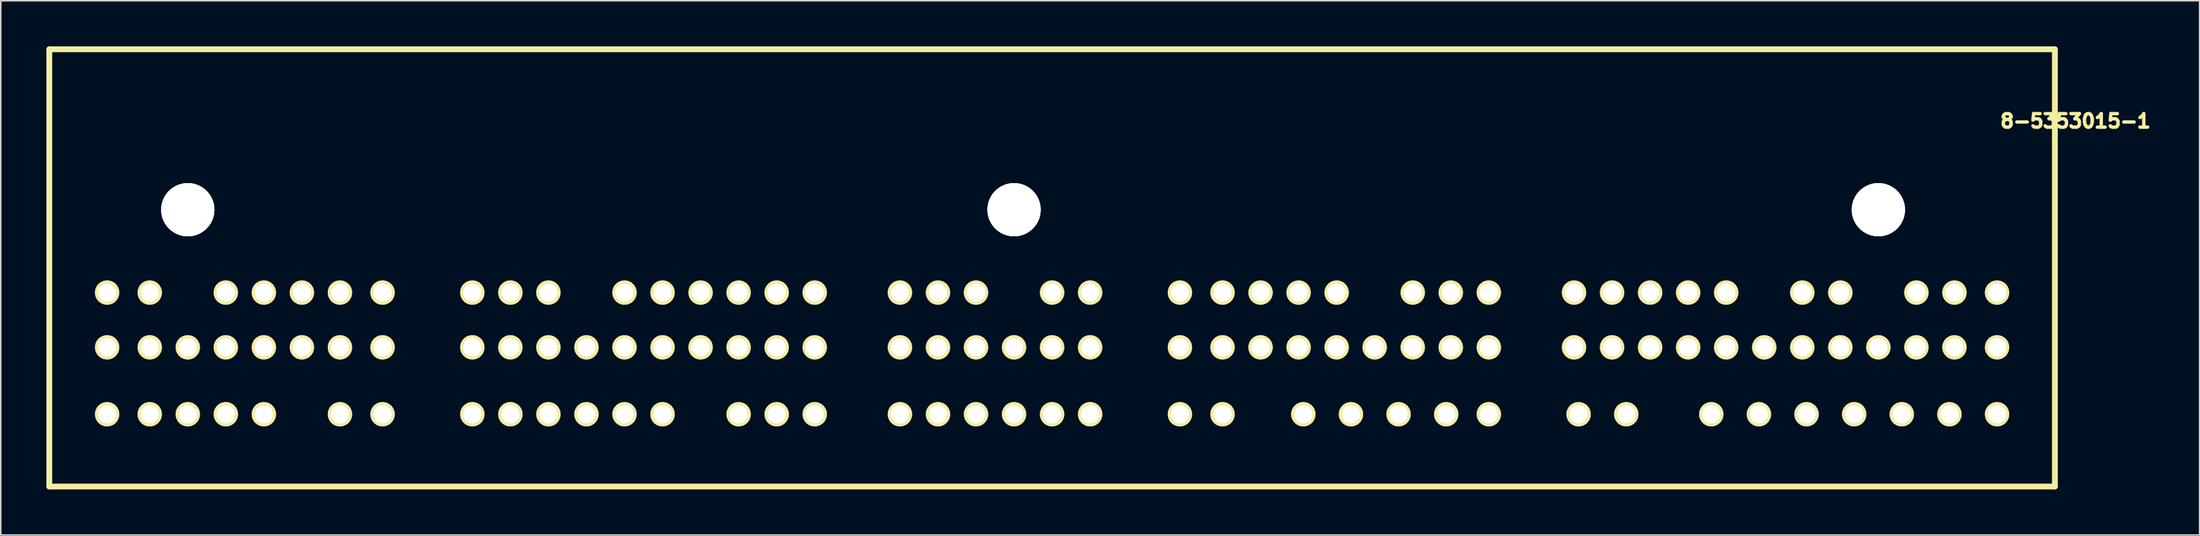
<source format=kicad_pcb>
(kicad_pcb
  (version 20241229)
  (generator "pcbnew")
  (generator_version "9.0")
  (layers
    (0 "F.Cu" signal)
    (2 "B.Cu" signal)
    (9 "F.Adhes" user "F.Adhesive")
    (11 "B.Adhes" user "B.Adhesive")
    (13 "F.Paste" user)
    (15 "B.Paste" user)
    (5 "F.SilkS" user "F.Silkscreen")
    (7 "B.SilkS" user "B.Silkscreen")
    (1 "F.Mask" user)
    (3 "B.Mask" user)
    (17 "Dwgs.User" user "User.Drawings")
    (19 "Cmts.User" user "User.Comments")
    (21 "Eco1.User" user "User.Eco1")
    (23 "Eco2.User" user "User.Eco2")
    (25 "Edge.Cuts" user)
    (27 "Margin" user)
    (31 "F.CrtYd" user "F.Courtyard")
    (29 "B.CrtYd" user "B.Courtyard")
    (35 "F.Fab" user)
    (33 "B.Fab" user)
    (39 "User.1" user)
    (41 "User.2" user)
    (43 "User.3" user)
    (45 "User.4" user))
  (footprint "8-5353015-1"
    (layer "F.Cu")
    (at 3.99 16.191)
    (property "Reference" "8-5353015-1" (at 129.354 -11.28 0) (layer "F.SilkS") (effects (font (size 0.889 0.889) (thickness 0.224))))
    (attr through_hole)
    (fp_line (start -3.8 -16) (end 128 -16) (stroke (width 0.381) (type solid)) (layer "F.SilkS"))
    (fp_line (start -3.8 12.753) (end -3.8 -16) (stroke (width 0.381) (type solid)) (layer "F.SilkS"))
    (fp_line (start -3.8 12.753) (end 128 12.753) (stroke (width 0.381) (type solid)) (layer "F.SilkS"))
    (fp_line (start 128 12.753) (end 128 -16) (stroke (width 0.381) (type solid)) (layer "F.SilkS"))
    (pad "" thru_hole circle (at 5.3 -5.45) (size 3.5 3.5) (drill 3.5) (layers "*.Cu" "*.Mask" "F.SilkS"))
    (pad "" thru_hole circle (at 59.6 -5.45) (size 3.5 3.5) (drill 3.5) (layers "*.Cu" "*.Mask" "F.SilkS"))
    (pad "" thru_hole circle (at 116.4 -5.45) (size 3.5 3.5) (drill 3.5) (layers "*.Cu" "*.Mask" "F.SilkS"))
    (pad "1" thru_hole circle (at 0 0) (size 1.6 1.6) (drill 1.2) (layers "*.Cu" "*.Mask" "F.SilkS"))
    (pad "2" thru_hole circle (at 2.8 0) (size 1.6 1.6) (drill 1.2) (layers "*.Cu" "*.Mask" "F.SilkS"))
    (pad "3" thru_hole circle (at 7.8 0) (size 1.6 1.6) (drill 1.2) (layers "*.Cu" "*.Mask" "F.SilkS"))
    (pad "4" thru_hole circle (at 10.3 0) (size 1.6 1.6) (drill 1.2) (layers "*.Cu" "*.Mask" "F.SilkS"))
    (pad "5" thru_hole circle (at 12.8 0) (size 1.6 1.6) (drill 1.2) (layers "*.Cu" "*.Mask" "F.SilkS"))
    (pad "6" thru_hole circle (at 15.3 0) (size 1.6 1.6) (drill 1.2) (layers "*.Cu" "*.Mask" "F.SilkS"))
    (pad "7" thru_hole circle (at 18.1 0) (size 1.6 1.6) (drill 1.2) (layers "*.Cu" "*.Mask" "F.SilkS"))
    (pad "8" thru_hole circle (at 24 0) (size 1.6 1.6) (drill 1.2) (layers "*.Cu" "*.Mask" "F.SilkS"))
    (pad "9" thru_hole circle (at 26.5 0) (size 1.6 1.6) (drill 1.2) (layers "*.Cu" "*.Mask" "F.SilkS"))
    (pad "10" thru_hole circle (at 29 0) (size 1.6 1.6) (drill 1.2) (layers "*.Cu" "*.Mask" "F.SilkS"))
    (pad "11" thru_hole circle (at 34 0) (size 1.6 1.6) (drill 1.2) (layers "*.Cu" "*.Mask" "F.SilkS"))
    (pad "12" thru_hole circle (at 36.5 0) (size 1.6 1.6) (drill 1.2) (layers "*.Cu" "*.Mask" "F.SilkS"))
    (pad "13" thru_hole circle (at 39 0) (size 1.6 1.6) (drill 1.2) (layers "*.Cu" "*.Mask" "F.SilkS"))
    (pad "14" thru_hole circle (at 41.5 0) (size 1.6 1.6) (drill 1.2) (layers "*.Cu" "*.Mask" "F.SilkS"))
    (pad "15" thru_hole circle (at 44 0) (size 1.6 1.6) (drill 1.2) (layers "*.Cu" "*.Mask" "F.SilkS"))
    (pad "16" thru_hole circle (at 46.5 0) (size 1.6 1.6) (drill 1.2) (layers "*.Cu" "*.Mask" "F.SilkS"))
    (pad "17" thru_hole circle (at 52.1 0) (size 1.6 1.6) (drill 1.2) (layers "*.Cu" "*.Mask" "F.SilkS"))
    (pad "18" thru_hole circle (at 54.6 0) (size 1.6 1.6) (drill 1.2) (layers "*.Cu" "*.Mask" "F.SilkS"))
    (pad "19" thru_hole circle (at 57.1 0) (size 1.6 1.6) (drill 1.2) (layers "*.Cu" "*.Mask" "F.SilkS"))
    (pad "20" thru_hole circle (at 62.1 0) (size 1.6 1.6) (drill 1.2) (layers "*.Cu" "*.Mask" "F.SilkS"))
    (pad "21" thru_hole circle (at 64.6 0) (size 1.6 1.6) (drill 1.2) (layers "*.Cu" "*.Mask" "F.SilkS"))
    (pad "22" thru_hole circle (at 70.5 0) (size 1.6 1.6) (drill 1.2) (layers "*.Cu" "*.Mask" "F.SilkS"))
    (pad "23" thru_hole circle (at 73.3 0) (size 1.6 1.6) (drill 1.2) (layers "*.Cu" "*.Mask" "F.SilkS"))
    (pad "24" thru_hole circle (at 75.8 0) (size 1.6 1.6) (drill 1.2) (layers "*.Cu" "*.Mask" "F.SilkS"))
    (pad "25" thru_hole circle (at 78.3 0) (size 1.6 1.6) (drill 1.2) (layers "*.Cu" "*.Mask" "F.SilkS"))
    (pad "26" thru_hole circle (at 80.8 0) (size 1.6 1.6) (drill 1.2) (layers "*.Cu" "*.Mask" "F.SilkS"))
    (pad "27" thru_hole circle (at 85.8 0) (size 1.6 1.6) (drill 1.2) (layers "*.Cu" "*.Mask" "F.SilkS"))
    (pad "28" thru_hole circle (at 88.3 0) (size 1.6 1.6) (drill 1.2) (layers "*.Cu" "*.Mask" "F.SilkS"))
    (pad "29" thru_hole circle (at 90.8 0) (size 1.6 1.6) (drill 1.2) (layers "*.Cu" "*.Mask" "F.SilkS"))
    (pad "30" thru_hole circle (at 96.4 0) (size 1.6 1.6) (drill 1.2) (layers "*.Cu" "*.Mask" "F.SilkS"))
    (pad "31" thru_hole circle (at 98.9 0) (size 1.6 1.6) (drill 1.2) (layers "*.Cu" "*.Mask" "F.SilkS"))
    (pad "32" thru_hole circle (at 101.4 0) (size 1.6 1.6) (drill 1.2) (layers "*.Cu" "*.Mask" "F.SilkS"))
    (pad "33" thru_hole circle (at 103.9 0) (size 1.6 1.6) (drill 1.2) (layers "*.Cu" "*.Mask" "F.SilkS"))
    (pad "34" thru_hole circle (at 106.4 0) (size 1.6 1.6) (drill 1.2) (layers "*.Cu" "*.Mask" "F.SilkS"))
    (pad "35" thru_hole circle (at 111.4 0) (size 1.6 1.6) (drill 1.2) (layers "*.Cu" "*.Mask" "F.SilkS"))
    (pad "36" thru_hole circle (at 113.9 0) (size 1.6 1.6) (drill 1.2) (layers "*.Cu" "*.Mask" "F.SilkS"))
    (pad "37" thru_hole circle (at 118.9 0) (size 1.6 1.6) (drill 1.2) (layers "*.Cu" "*.Mask" "F.SilkS"))
    (pad "38" thru_hole circle (at 121.4 0) (size 1.6 1.6) (drill 1.2) (layers "*.Cu" "*.Mask" "F.SilkS"))
    (pad "39" thru_hole circle (at 124.2 0) (size 1.6 1.6) (drill 1.2) (layers "*.Cu" "*.Mask" "F.SilkS"))
    (pad "40" thru_hole circle (at 0 3.6) (size 1.6 1.6) (drill 1.2) (layers "*.Cu" "*.Mask" "F.SilkS"))
    (pad "41" thru_hole circle (at 2.8 3.6) (size 1.6 1.6) (drill 1.2) (layers "*.Cu" "*.Mask" "F.SilkS"))
    (pad "42" thru_hole circle (at 5.3 3.6) (size 1.6 1.6) (drill 1.2) (layers "*.Cu" "*.Mask" "F.SilkS"))
    (pad "43" thru_hole circle (at 7.8 3.6) (size 1.6 1.6) (drill 1.2) (layers "*.Cu" "*.Mask" "F.SilkS"))
    (pad "44" thru_hole circle (at 10.3 3.6) (size 1.6 1.6) (drill 1.2) (layers "*.Cu" "*.Mask" "F.SilkS"))
    (pad "45" thru_hole circle (at 12.8 3.6) (size 1.6 1.6) (drill 1.2) (layers "*.Cu" "*.Mask" "F.SilkS"))
    (pad "46" thru_hole circle (at 15.3 3.6) (size 1.6 1.6) (drill 1.2) (layers "*.Cu" "*.Mask" "F.SilkS"))
    (pad "47" thru_hole circle (at 18.1 3.6) (size 1.6 1.6) (drill 1.2) (layers "*.Cu" "*.Mask" "F.SilkS"))
    (pad "48" thru_hole circle (at 24 3.6) (size 1.6 1.6) (drill 1.2) (layers "*.Cu" "*.Mask" "F.SilkS"))
    (pad "49" thru_hole circle (at 26.5 3.6) (size 1.6 1.6) (drill 1.2) (layers "*.Cu" "*.Mask" "F.SilkS"))
    (pad "50" thru_hole circle (at 29 3.6) (size 1.6 1.6) (drill 1.2) (layers "*.Cu" "*.Mask" "F.SilkS"))
    (pad "51" thru_hole circle (at 31.5 3.6) (size 1.6 1.6) (drill 1.2) (layers "*.Cu" "*.Mask" "F.SilkS"))
    (pad "52" thru_hole circle (at 34 3.6) (size 1.6 1.6) (drill 1.2) (layers "*.Cu" "*.Mask" "F.SilkS"))
    (pad "53" thru_hole circle (at 36.5 3.6) (size 1.6 1.6) (drill 1.2) (layers "*.Cu" "*.Mask" "F.SilkS"))
    (pad "54" thru_hole circle (at 39 3.6) (size 1.6 1.6) (drill 1.2) (layers "*.Cu" "*.Mask" "F.SilkS"))
    (pad "55" thru_hole circle (at 41.5 3.6) (size 1.6 1.6) (drill 1.2) (layers "*.Cu" "*.Mask" "F.SilkS"))
    (pad "56" thru_hole circle (at 44 3.6) (size 1.6 1.6) (drill 1.2) (layers "*.Cu" "*.Mask" "F.SilkS"))
    (pad "57" thru_hole circle (at 46.5 3.6) (size 1.6 1.6) (drill 1.2) (layers "*.Cu" "*.Mask" "F.SilkS"))
    (pad "58" thru_hole circle (at 52.1 3.6) (size 1.6 1.6) (drill 1.2) (layers "*.Cu" "*.Mask" "F.SilkS"))
    (pad "59" thru_hole circle (at 54.6 3.6) (size 1.6 1.6) (drill 1.2) (layers "*.Cu" "*.Mask" "F.SilkS"))
    (pad "60" thru_hole circle (at 57.1 3.6) (size 1.6 1.6) (drill 1.2) (layers "*.Cu" "*.Mask" "F.SilkS"))
    (pad "61" thru_hole circle (at 59.6 3.6) (size 1.6 1.6) (drill 1.2) (layers "*.Cu" "*.Mask" "F.SilkS"))
    (pad "62" thru_hole circle (at 62.1 3.6) (size 1.6 1.6) (drill 1.2) (layers "*.Cu" "*.Mask" "F.SilkS"))
    (pad "63" thru_hole circle (at 64.6 3.6) (size 1.6 1.6) (drill 1.2) (layers "*.Cu" "*.Mask" "F.SilkS"))
    (pad "64" thru_hole circle (at 70.5 3.6) (size 1.6 1.6) (drill 1.2) (layers "*.Cu" "*.Mask" "F.SilkS"))
    (pad "65" thru_hole circle (at 73.3 3.6) (size 1.6 1.6) (drill 1.2) (layers "*.Cu" "*.Mask" "F.SilkS"))
    (pad "66" thru_hole circle (at 75.8 3.6) (size 1.6 1.6) (drill 1.2) (layers "*.Cu" "*.Mask" "F.SilkS"))
    (pad "67" thru_hole circle (at 78.3 3.6) (size 1.6 1.6) (drill 1.2) (layers "*.Cu" "*.Mask" "F.SilkS"))
    (pad "68" thru_hole circle (at 80.8 3.6) (size 1.6 1.6) (drill 1.2) (layers "*.Cu" "*.Mask" "F.SilkS"))
    (pad "69" thru_hole circle (at 83.3 3.6) (size 1.6 1.6) (drill 1.2) (layers "*.Cu" "*.Mask" "F.SilkS"))
    (pad "70" thru_hole circle (at 85.8 3.6) (size 1.6 1.6) (drill 1.2) (layers "*.Cu" "*.Mask" "F.SilkS"))
    (pad "71" thru_hole circle (at 88.3 3.6) (size 1.6 1.6) (drill 1.2) (layers "*.Cu" "*.Mask" "F.SilkS"))
    (pad "72" thru_hole circle (at 90.8 3.6) (size 1.6 1.6) (drill 1.2) (layers "*.Cu" "*.Mask" "F.SilkS"))
    (pad "73" thru_hole circle (at 96.4 3.6) (size 1.6 1.6) (drill 1.2) (layers "*.Cu" "*.Mask" "F.SilkS"))
    (pad "74" thru_hole circle (at 98.9 3.6) (size 1.6 1.6) (drill 1.2) (layers "*.Cu" "*.Mask" "F.SilkS"))
    (pad "75" thru_hole circle (at 101.4 3.6) (size 1.6 1.6) (drill 1.2) (layers "*.Cu" "*.Mask" "F.SilkS"))
    (pad "76" thru_hole circle (at 103.9 3.6) (size 1.6 1.6) (drill 1.2) (layers "*.Cu" "*.Mask" "F.SilkS"))
    (pad "77" thru_hole circle (at 106.4 3.6) (size 1.6 1.6) (drill 1.2) (layers "*.Cu" "*.Mask" "F.SilkS"))
    (pad "78" thru_hole circle (at 108.9 3.6) (size 1.6 1.6) (drill 1.2) (layers "*.Cu" "*.Mask" "F.SilkS"))
    (pad "79" thru_hole circle (at 111.4 3.6) (size 1.6 1.6) (drill 1.2) (layers "*.Cu" "*.Mask" "F.SilkS"))
    (pad "80" thru_hole circle (at 113.9 3.6) (size 1.6 1.6) (drill 1.2) (layers "*.Cu" "*.Mask" "F.SilkS"))
    (pad "81" thru_hole circle (at 116.4 3.6) (size 1.6 1.6) (drill 1.2) (layers "*.Cu" "*.Mask" "F.SilkS"))
    (pad "82" thru_hole circle (at 118.9 3.6) (size 1.6 1.6) (drill 1.2) (layers "*.Cu" "*.Mask" "F.SilkS"))
    (pad "83" thru_hole circle (at 121.4 3.6) (size 1.6 1.6) (drill 1.2) (layers "*.Cu" "*.Mask" "F.SilkS"))
    (pad "84" thru_hole circle (at 124.2 3.6) (size 1.6 1.6) (drill 1.2) (layers "*.Cu" "*.Mask" "F.SilkS"))
    (pad "85" thru_hole circle (at 0 8) (size 1.6 1.6) (drill 1.2) (layers "*.Cu" "*.Mask" "F.SilkS"))
    (pad "86" thru_hole circle (at 2.8 8) (size 1.6 1.6) (drill 1.2) (layers "*.Cu" "*.Mask" "F.SilkS"))
    (pad "87" thru_hole circle (at 5.3 8) (size 1.6 1.6) (drill 1.2) (layers "*.Cu" "*.Mask" "F.SilkS"))
    (pad "88" thru_hole circle (at 7.8 8) (size 1.6 1.6) (drill 1.2) (layers "*.Cu" "*.Mask" "F.SilkS"))
    (pad "89" thru_hole circle (at 10.3 8) (size 1.6 1.6) (drill 1.2) (layers "*.Cu" "*.Mask" "F.SilkS"))
    (pad "90" thru_hole circle (at 15.3 8) (size 1.6 1.6) (drill 1.2) (layers "*.Cu" "*.Mask" "F.SilkS"))
    (pad "91" thru_hole circle (at 18.1 8) (size 1.6 1.6) (drill 1.2) (layers "*.Cu" "*.Mask" "F.SilkS"))
    (pad "92" thru_hole circle (at 24 8) (size 1.6 1.6) (drill 1.2) (layers "*.Cu" "*.Mask" "F.SilkS"))
    (pad "93" thru_hole circle (at 26.5 8) (size 1.6 1.6) (drill 1.2) (layers "*.Cu" "*.Mask" "F.SilkS"))
    (pad "94" thru_hole circle (at 29 8) (size 1.6 1.6) (drill 1.2) (layers "*.Cu" "*.Mask" "F.SilkS"))
    (pad "95" thru_hole circle (at 31.5 8) (size 1.6 1.6) (drill 1.2) (layers "*.Cu" "*.Mask" "F.SilkS"))
    (pad "96" thru_hole circle (at 34 8) (size 1.6 1.6) (drill 1.2) (layers "*.Cu" "*.Mask" "F.SilkS"))
    (pad "97" thru_hole circle (at 36.5 8) (size 1.6 1.6) (drill 1.2) (layers "*.Cu" "*.Mask" "F.SilkS"))
    (pad "98" thru_hole circle (at 41.5 8) (size 1.6 1.6) (drill 1.2) (layers "*.Cu" "*.Mask" "F.SilkS"))
    (pad "99" thru_hole circle (at 44 8) (size 1.6 1.6) (drill 1.2) (layers "*.Cu" "*.Mask" "F.SilkS"))
    (pad "100" thru_hole circle (at 46.5 8) (size 1.6 1.6) (drill 1.2) (layers "*.Cu" "*.Mask" "F.SilkS"))
    (pad "101" thru_hole circle (at 52.1 8) (size 1.6 1.6) (drill 1.2) (layers "*.Cu" "*.Mask" "F.SilkS"))
    (pad "102" thru_hole circle (at 54.6 8) (size 1.6 1.6) (drill 1.2) (layers "*.Cu" "*.Mask" "F.SilkS"))
    (pad "103" thru_hole circle (at 57.1 8) (size 1.6 1.6) (drill 1.2) (layers "*.Cu" "*.Mask" "F.SilkS"))
    (pad "104" thru_hole circle (at 59.6 8) (size 1.6 1.6) (drill 1.2) (layers "*.Cu" "*.Mask" "F.SilkS"))
    (pad "105" thru_hole circle (at 62.1 8) (size 1.6 1.6) (drill 1.2) (layers "*.Cu" "*.Mask" "F.SilkS"))
    (pad "106" thru_hole circle (at 64.6 8) (size 1.6 1.6) (drill 1.2) (layers "*.Cu" "*.Mask" "F.SilkS"))
    (pad "107" thru_hole circle (at 70.5 8) (size 1.6 1.6) (drill 1.2) (layers "*.Cu" "*.Mask" "F.SilkS"))
    (pad "108" thru_hole circle (at 73.3 8) (size 1.6 1.6) (drill 1.2) (layers "*.Cu" "*.Mask" "F.SilkS"))
    (pad "109" thru_hole circle (at 78.61 8) (size 1.6 1.6) (drill 1.2) (layers "*.Cu" "*.Mask" "F.SilkS"))
    (pad "110" thru_hole circle (at 81.74 8) (size 1.6 1.6) (drill 1.2) (layers "*.Cu" "*.Mask" "F.SilkS"))
    (pad "111" thru_hole circle (at 84.87 8) (size 1.6 1.6) (drill 1.2) (layers "*.Cu" "*.Mask" "F.SilkS"))
    (pad "112" thru_hole circle (at 88 8) (size 1.6 1.6) (drill 1.2) (layers "*.Cu" "*.Mask" "F.SilkS"))
    (pad "113" thru_hole circle (at 90.8 8) (size 1.6 1.6) (drill 1.2) (layers "*.Cu" "*.Mask" "F.SilkS"))
    (pad "114" thru_hole circle (at 96.7 8) (size 1.6 1.6) (drill 1.2) (layers "*.Cu" "*.Mask" "F.SilkS"))
    (pad "115" thru_hole circle (at 99.83 8) (size 1.6 1.6) (drill 1.2) (layers "*.Cu" "*.Mask" "F.SilkS"))
    (pad "116" thru_hole circle (at 105.42 8) (size 1.6 1.6) (drill 1.2) (layers "*.Cu" "*.Mask" "F.SilkS"))
    (pad "117" thru_hole circle (at 108.55 8) (size 1.6 1.6) (drill 1.2) (layers "*.Cu" "*.Mask" "F.SilkS"))
    (pad "118" thru_hole circle (at 111.68 8) (size 1.6 1.6) (drill 1.2) (layers "*.Cu" "*.Mask" "F.SilkS"))
    (pad "119" thru_hole circle (at 114.81 8) (size 1.6 1.6) (drill 1.2) (layers "*.Cu" "*.Mask" "F.SilkS"))
    (pad "120" thru_hole circle (at 117.94 8) (size 1.6 1.6) (drill 1.2) (layers "*.Cu" "*.Mask" "F.SilkS"))
    (pad "121" thru_hole circle (at 121.07 8) (size 1.6 1.6) (drill 1.2) (layers "*.Cu" "*.Mask" "F.SilkS"))
    (pad "122" thru_hole circle (at 124.2 8) (size 1.6 1.6) (drill 1.2) (layers "*.Cu" "*.Mask" "F.SilkS")))
  (gr_rect
    (start -3 -3)
    (end 141.5 32.134)
    (stroke (width 0.1) (type default))
    (fill no)
    (layer "Edge.Cuts")))
</source>
